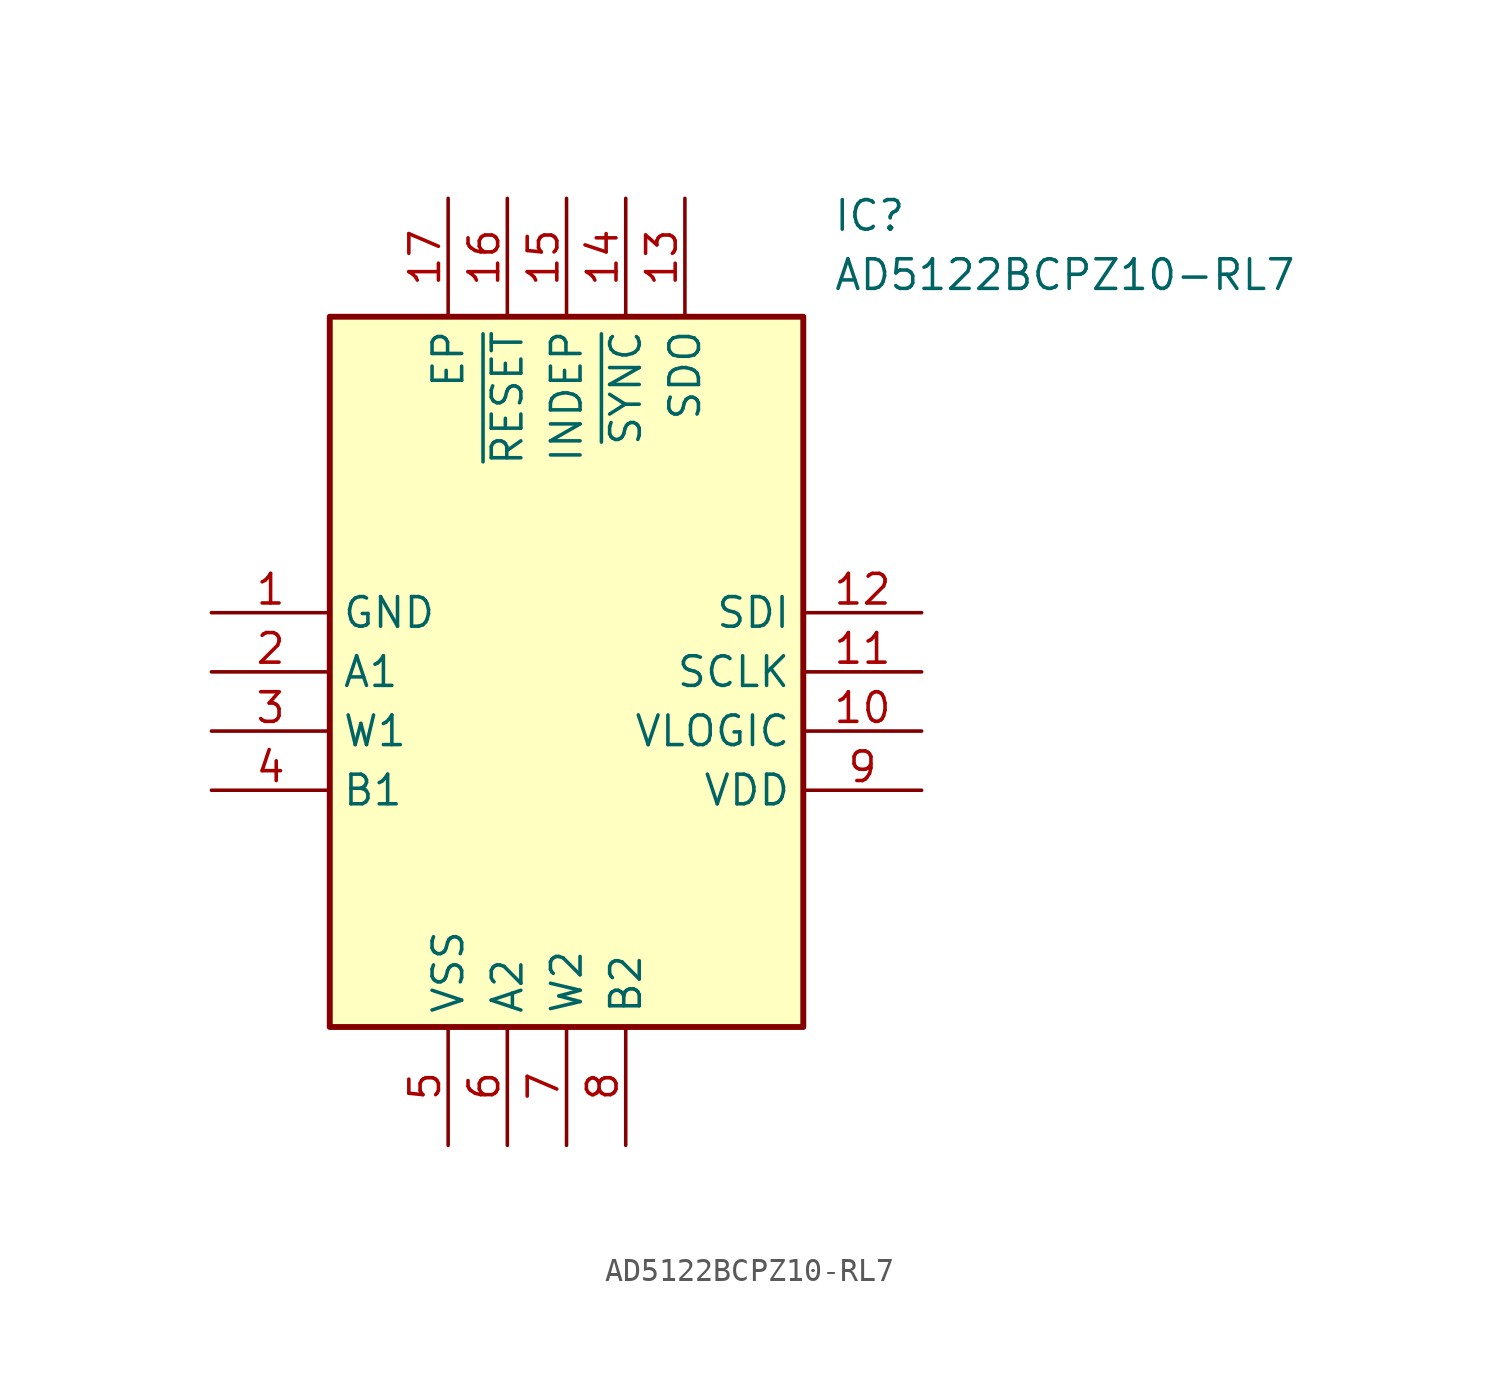
<source format=kicad_sym>
(kicad_symbol_lib
  (version 20211014)
  (generator SamacSys_ECAD_Model)
  (symbol "AD5122BCPZ10-RL7"
    (property "Reference" "IC"
      (at 26.67 17.78 0)
      (effects (font (size 1.27 1.27)) (justify left top)))
    (property "Value" "AD5122BCPZ10-RL7"
      (at 26.67 15.24 0)
      (effects (font (size 1.27 1.27)) (justify left top)))
    (rectangle
      (start 5.08 12.7)
      (end 25.4 -17.78)
      (stroke (width 0.254) (type default))
      (fill (type background)))
    (pin passive line
      (at 0 0 0)
      (length 5.08)
      (name "GND" (effects (font (size 1.27 1.27))))
      (number "1" (effects (font (size 1.27 1.27)))))
    (pin passive line
      (at 0 -2.54 0)
      (length 5.08)
      (name "A1" (effects (font (size 1.27 1.27))))
      (number "2" (effects (font (size 1.27 1.27)))))
    (pin passive line
      (at 0 -5.08 0)
      (length 5.08)
      (name "W1" (effects (font (size 1.27 1.27))))
      (number "3" (effects (font (size 1.27 1.27)))))
    (pin passive line
      (at 0 -7.62 0)
      (length 5.08)
      (name "B1" (effects (font (size 1.27 1.27))))
      (number "4" (effects (font (size 1.27 1.27)))))
    (pin passive line
      (at 10.16 -22.86 90)
      (length 5.08)
      (name "VSS" (effects (font (size 1.27 1.27))))
      (number "5" (effects (font (size 1.27 1.27)))))
    (pin passive line
      (at 12.7 -22.86 90)
      (length 5.08)
      (name "A2" (effects (font (size 1.27 1.27))))
      (number "6" (effects (font (size 1.27 1.27)))))
    (pin passive line
      (at 15.24 -22.86 90)
      (length 5.08)
      (name "W2" (effects (font (size 1.27 1.27))))
      (number "7" (effects (font (size 1.27 1.27)))))
    (pin passive line
      (at 17.78 -22.86 90)
      (length 5.08)
      (name "B2" (effects (font (size 1.27 1.27))))
      (number "8" (effects (font (size 1.27 1.27)))))
    (pin passive line
      (at 30.48 0 180)
      (length 5.08)
      (name "SDI" (effects (font (size 1.27 1.27))))
      (number "12" (effects (font (size 1.27 1.27)))))
    (pin passive line
      (at 30.48 -2.54 180)
      (length 5.08)
      (name "SCLK" (effects (font (size 1.27 1.27))))
      (number "11" (effects (font (size 1.27 1.27)))))
    (pin passive line
      (at 30.48 -5.08 180)
      (length 5.08)
      (name "VLOGIC" (effects (font (size 1.27 1.27))))
      (number "10" (effects (font (size 1.27 1.27)))))
    (pin passive line
      (at 30.48 -7.62 180)
      (length 5.08)
      (name "VDD" (effects (font (size 1.27 1.27))))
      (number "9" (effects (font (size 1.27 1.27)))))
    (pin passive line
      (at 10.16 17.78 270)
      (length 5.08)
      (name "EP" (effects (font (size 1.27 1.27))))
      (number "17" (effects (font (size 1.27 1.27)))))
    (pin passive line
      (at 12.7 17.78 270)
      (length 5.08)
      (name "~{RESET}" (effects (font (size 1.27 1.27))))
      (number "16" (effects (font (size 1.27 1.27)))))
    (pin passive line
      (at 15.24 17.78 270)
      (length 5.08)
      (name "INDEP" (effects (font (size 1.27 1.27))))
      (number "15" (effects (font (size 1.27 1.27)))))
    (pin passive line
      (at 17.78 17.78 270)
      (length 5.08)
      (name "~{SYNC}" (effects (font (size 1.27 1.27))))
      (number "14" (effects (font (size 1.27 1.27)))))
    (pin passive line
      (at 20.32 17.78 270)
      (length 5.08)
      (name "SDO" (effects (font (size 1.27 1.27))))
      (number "13" (effects (font (size 1.27 1.27)))))))
</source>
